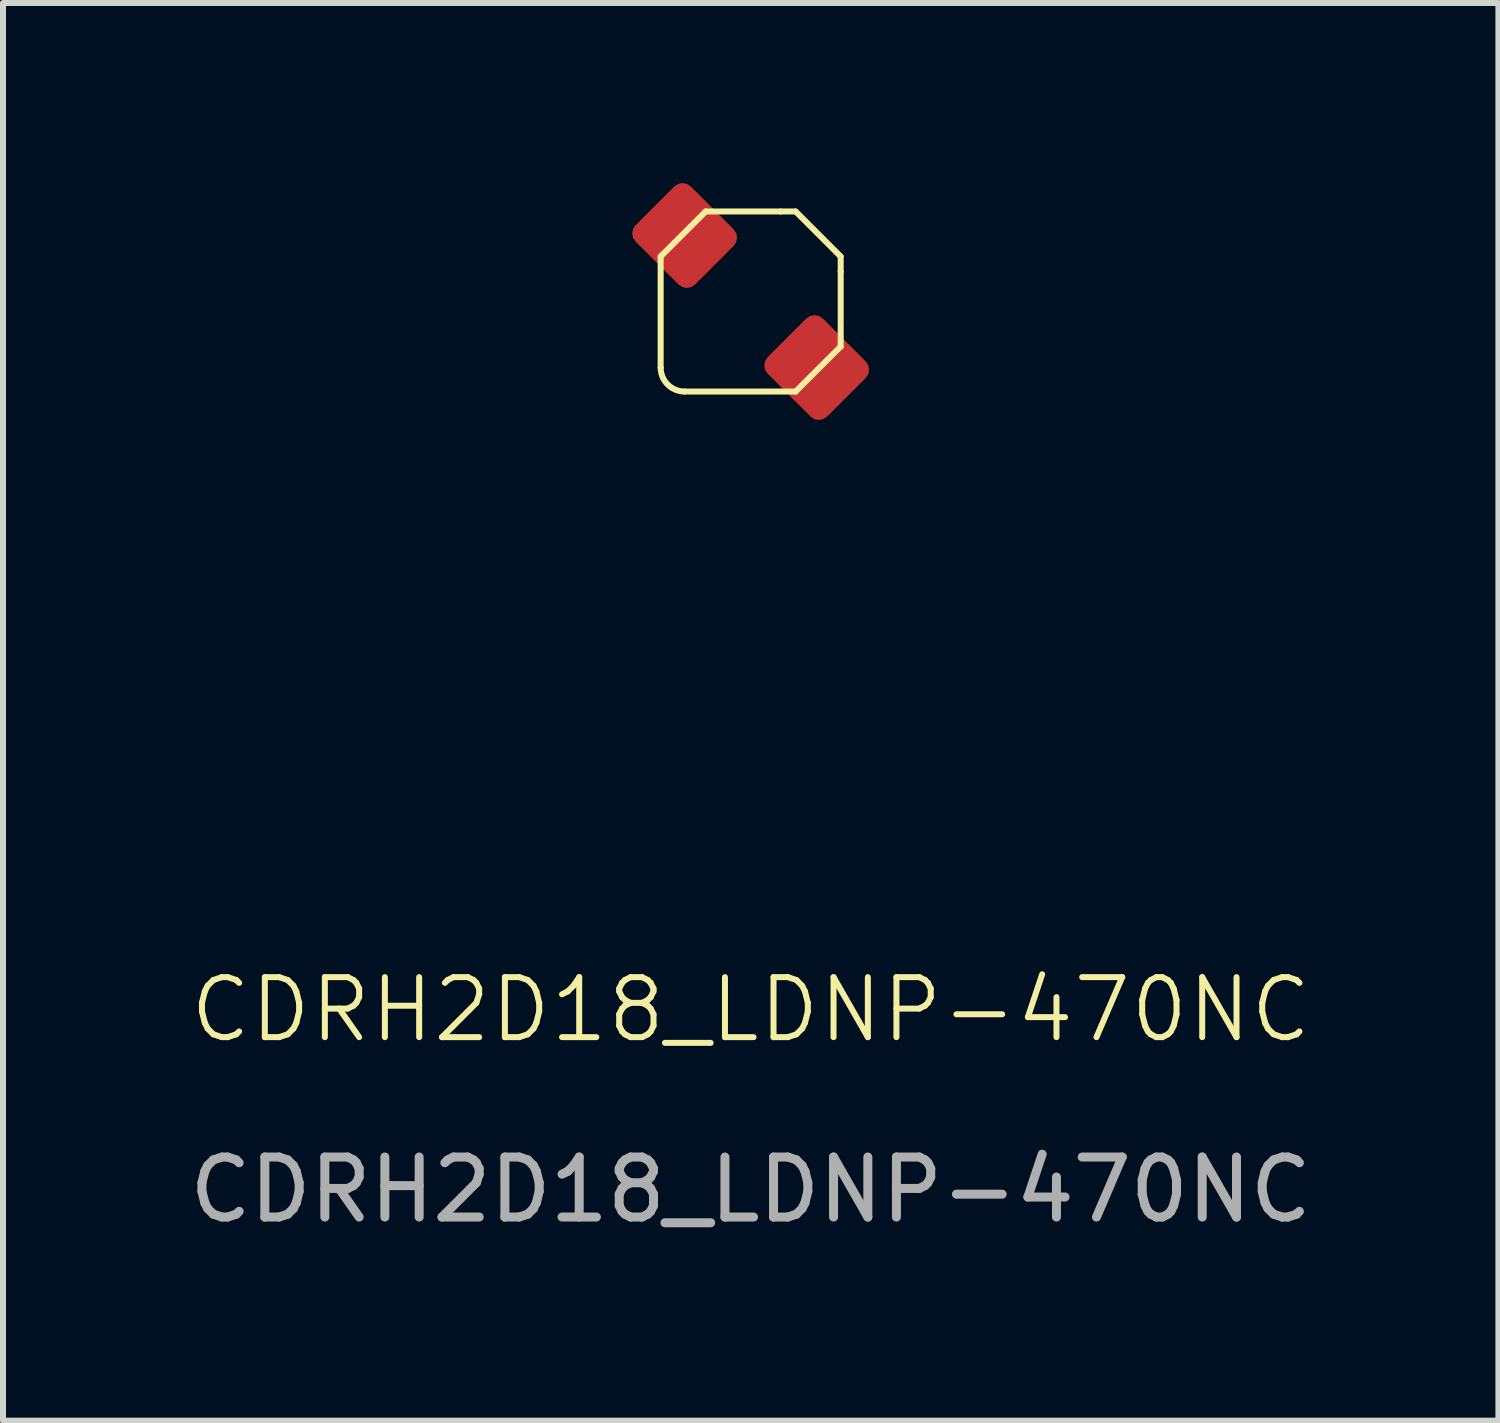
<source format=kicad_pcb>
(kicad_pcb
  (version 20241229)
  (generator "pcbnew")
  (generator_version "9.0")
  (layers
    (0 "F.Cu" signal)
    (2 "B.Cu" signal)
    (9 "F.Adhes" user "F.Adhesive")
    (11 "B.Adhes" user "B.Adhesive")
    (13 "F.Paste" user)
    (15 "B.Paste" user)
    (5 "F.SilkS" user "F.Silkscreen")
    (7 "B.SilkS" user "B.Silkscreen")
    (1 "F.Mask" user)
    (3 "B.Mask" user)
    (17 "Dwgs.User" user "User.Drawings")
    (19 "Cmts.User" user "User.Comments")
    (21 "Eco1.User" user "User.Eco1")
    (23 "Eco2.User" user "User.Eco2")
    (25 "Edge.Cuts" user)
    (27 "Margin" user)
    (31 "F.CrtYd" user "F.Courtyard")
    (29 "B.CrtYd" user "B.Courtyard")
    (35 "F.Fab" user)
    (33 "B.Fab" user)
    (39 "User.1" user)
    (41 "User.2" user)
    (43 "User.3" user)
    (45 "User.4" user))
  (footprint "CDRH2D18_LDNP-470NC"
    (layer "F.Cu")
    (at 9.458 1.974)
    (property "Reference" "CDRH2D18_LDNP-470NC" (at 0 11.8 0) (unlocked yes) (layer "F.SilkS") (effects (font (size 1 1) (thickness 0.1))))
    (attr smd)
    (fp_line (start -1.5 -0.75) (end -1.5 1.1) (stroke (width 0.1) (type default)) (layer "F.SilkS"))
    (fp_line (start -1.5 -0.75) (end -0.75 -1.5) (stroke (width 0.1) (type default)) (layer "F.SilkS"))
    (fp_line (start -1.1 1.5) (end 0.75 1.5) (stroke (width 0.1) (type default)) (layer "F.SilkS"))
    (fp_line (start 0.5 -1.5) (end -0.75 -1.5) (stroke (width 0.1) (type default)) (layer "F.SilkS"))
    (fp_line (start 0.5 -1.5) (end 0.75 -1.5) (stroke (width 0.1) (type default)) (layer "F.SilkS"))
    (fp_line (start 0.75 -1.5) (end 1.5 -0.75) (stroke (width 0.1) (type default)) (layer "F.SilkS"))
    (fp_line (start 1.5 -0.75) (end 1.5 -0.5) (stroke (width 0.1) (type default)) (layer "F.SilkS"))
    (fp_line (start 1.5 0.75) (end 0.75 1.5) (stroke (width 0.1) (type default)) (layer "F.SilkS"))
    (fp_line (start 1.5 0.75) (end 1.5 -0.5) (stroke (width 0.1) (type default)) (layer "F.SilkS"))
    (fp_arc (start -1.1 1.5) (mid -1.382843 1.382843) (end -1.5 1.1) (stroke (width 0.1) (type default)) (layer "F.SilkS"))
    (fp_text user "${REFERENCE}" (at 0 14.8 0) (unlocked yes) (layer "F.Fab") (effects (font (size 1 1) (thickness 0.15))))
    (pad "1" smd roundrect (at 1.1 1.1 45) (size 1.3 1.4) (layers "F.Cu" "F.Mask" "F.Paste") (roundrect_rratio 0.15))
    (pad "2" smd roundrect (at -1.1 -1.1 45) (size 1.3 1.4) (layers "F.Cu" "F.Mask" "F.Paste") (roundrect_rratio 0.15)))
  (gr_rect
    (start -3 -3)
    (end 21.917 20.622)
    (stroke (width 0.1) (type default))
    (fill no)
    (layer "Edge.Cuts")))
</source>
